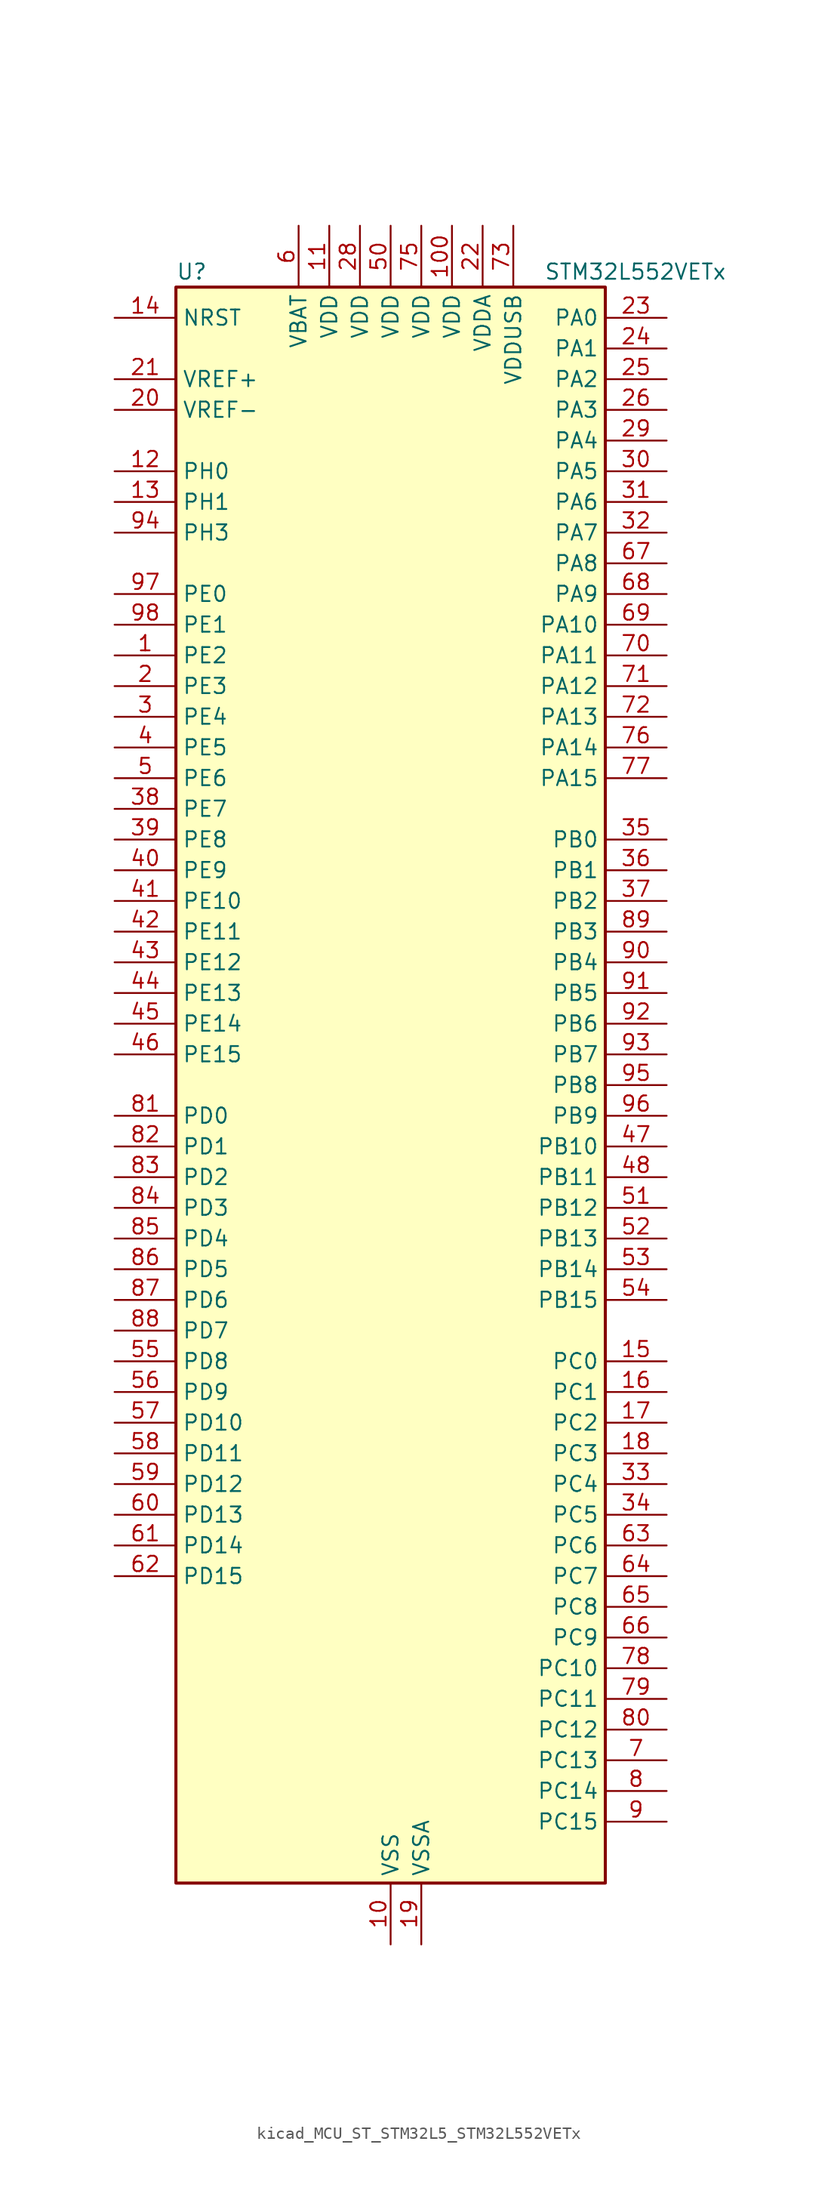
<source format=kicad_sym>
(kicad_symbol_lib
  (version 20220914)
  (generator kicad_symbol_editor)
  (symbol "kicad_MCU_ST_STM32L5_STM32L552VETx"
    (property "Reference" "U"
      (at -17.78 67.31 0)
      (effects (font (size 1.27 1.27)) (justify left)))
    (property "Value" "STM32L552VETx"
      (at 12.7 67.31 0)
      (effects (font (size 1.27 1.27)) (justify left)))
    (property "ki_locked" ""
      (at 0 0 0)
      (effects (font (size 1.27 1.27))))
    (symbol "kicad_MCU_ST_STM32L5_STM32L552VETx_0_1"
      (rectangle (start -17.78 -66.04) (end 17.78 66.04) (stroke (width 0.254) (type default)) (fill (type background))))
    (symbol "kicad_MCU_ST_STM32L5_STM32L552VETx_1_1"
      (pin bidirectional line (at -22.86 35.56 0) (length 5.08) (name "PE2" (effects (font (size 1.27 1.27)))) (number "1" (effects (font (size 1.27 1.27)))) (alternate "DEBUG_TRACECLK" bidirectional line) (alternate "FMC_A23" bidirectional line) (alternate "SAI1_CK1" bidirectional line) (alternate "SAI1_MCLK_A" bidirectional line) (alternate "TIM3_ETR" bidirectional line) (alternate "TSC_G7_IO1" bidirectional line))
      (pin power_in line (at 0 -71.12 90) (length 5.08) (name "VSS" (effects (font (size 1.27 1.27)))) (number "10" (effects (font (size 1.27 1.27)))))
      (pin power_in line (at 5.08 71.12 270) (length 5.08) (name "VDD" (effects (font (size 1.27 1.27)))) (number "100" (effects (font (size 1.27 1.27)))))
      (pin power_in line (at -5.08 71.12 270) (length 5.08) (name "VDD" (effects (font (size 1.27 1.27)))) (number "11" (effects (font (size 1.27 1.27)))))
      (pin bidirectional line (at -22.86 50.8 0) (length 5.08) (name "PH0" (effects (font (size 1.27 1.27)))) (number "12" (effects (font (size 1.27 1.27)))) (alternate "RCC_OSC_IN" bidirectional line))
      (pin bidirectional line (at -22.86 48.26 0) (length 5.08) (name "PH1" (effects (font (size 1.27 1.27)))) (number "13" (effects (font (size 1.27 1.27)))) (alternate "RCC_OSC_OUT" bidirectional line))
      (pin input line (at -22.86 63.5 0) (length 5.08) (name "NRST" (effects (font (size 1.27 1.27)))) (number "14" (effects (font (size 1.27 1.27)))))
      (pin bidirectional line (at 22.86 -22.86 180) (length 5.08) (name "PC0" (effects (font (size 1.27 1.27)))) (number "15" (effects (font (size 1.27 1.27)))) (alternate "ADC1_IN1" bidirectional line) (alternate "ADC2_IN1" bidirectional line) (alternate "I2C3_SCL" bidirectional line) (alternate "LPTIM1_IN1" bidirectional line) (alternate "LPTIM2_IN1" bidirectional line) (alternate "LPUART1_RX" bidirectional line) (alternate "OCTOSPI1_IO7" bidirectional line) (alternate "SAI2_FS_A" bidirectional line) (alternate "SDMMC1_D5" bidirectional line))
      (pin bidirectional line (at 22.86 -25.4 180) (length 5.08) (name "PC1" (effects (font (size 1.27 1.27)))) (number "16" (effects (font (size 1.27 1.27)))) (alternate "ADC1_IN2" bidirectional line) (alternate "ADC2_IN2" bidirectional line) (alternate "DEBUG_TRACED0" bidirectional line) (alternate "I2C3_SDA" bidirectional line) (alternate "LPTIM1_OUT" bidirectional line) (alternate "LPUART1_TX" bidirectional line) (alternate "OCTOSPI1_IO4" bidirectional line) (alternate "SAI1_SD_A" bidirectional line) (alternate "SPI2_MOSI" bidirectional line))
      (pin bidirectional line (at 22.86 -27.94 180) (length 5.08) (name "PC2" (effects (font (size 1.27 1.27)))) (number "17" (effects (font (size 1.27 1.27)))) (alternate "ADC1_IN3" bidirectional line) (alternate "ADC2_IN3" bidirectional line) (alternate "DFSDM1_CKOUT" bidirectional line) (alternate "LPTIM1_IN2" bidirectional line) (alternate "OCTOSPI1_IO5" bidirectional line) (alternate "SPI2_MISO" bidirectional line))
      (pin bidirectional line (at 22.86 -30.48 180) (length 5.08) (name "PC3" (effects (font (size 1.27 1.27)))) (number "18" (effects (font (size 1.27 1.27)))) (alternate "ADC1_IN4" bidirectional line) (alternate "ADC2_IN4" bidirectional line) (alternate "LPTIM1_ETR" bidirectional line) (alternate "LPTIM2_ETR" bidirectional line) (alternate "LPTIM3_OUT" bidirectional line) (alternate "OCTOSPI1_IO6" bidirectional line) (alternate "SAI1_D1" bidirectional line) (alternate "SAI1_SD_A" bidirectional line) (alternate "SPI2_MOSI" bidirectional line))
      (pin power_in line (at 2.54 -71.12 90) (length 5.08) (name "VSSA" (effects (font (size 1.27 1.27)))) (number "19" (effects (font (size 1.27 1.27)))))
      (pin bidirectional line (at -22.86 33.02 0) (length 5.08) (name "PE3" (effects (font (size 1.27 1.27)))) (number "2" (effects (font (size 1.27 1.27)))) (alternate "DEBUG_TRACED0" bidirectional line) (alternate "FMC_A19" bidirectional line) (alternate "OCTOSPI1_DQS" bidirectional line) (alternate "SAI1_SD_B" bidirectional line) (alternate "TIM3_CH1" bidirectional line) (alternate "TSC_G7_IO2" bidirectional line))
      (pin input line (at -22.86 55.88 0) (length 5.08) (name "VREF-" (effects (font (size 1.27 1.27)))) (number "20" (effects (font (size 1.27 1.27)))))
      (pin input line (at -22.86 58.42 0) (length 5.08) (name "VREF+" (effects (font (size 1.27 1.27)))) (number "21" (effects (font (size 1.27 1.27)))))
      (pin power_in line (at 7.62 71.12 270) (length 5.08) (name "VDDA" (effects (font (size 1.27 1.27)))) (number "22" (effects (font (size 1.27 1.27)))))
      (pin bidirectional line (at 22.86 63.5 180) (length 5.08) (name "PA0" (effects (font (size 1.27 1.27)))) (number "23" (effects (font (size 1.27 1.27)))) (alternate "ADC1_IN5" bidirectional line) (alternate "ADC2_IN5" bidirectional line) (alternate "OPAMP1_VINP" bidirectional line) (alternate "PWR_WKUP1" bidirectional line) (alternate "SAI1_EXTCLK" bidirectional line) (alternate "TAMP_IN2" bidirectional line) (alternate "TAMP_OUT1" bidirectional line) (alternate "TIM2_CH1" bidirectional line) (alternate "TIM2_ETR" bidirectional line) (alternate "TIM5_CH1" bidirectional line) (alternate "TIM8_ETR" bidirectional line) (alternate "UART4_TX" bidirectional line) (alternate "USART2_CTS" bidirectional line) (alternate "USART2_NSS" bidirectional line))
      (pin bidirectional line (at 22.86 60.96 180) (length 5.08) (name "PA1" (effects (font (size 1.27 1.27)))) (number "24" (effects (font (size 1.27 1.27)))) (alternate "ADC1_IN6" bidirectional line) (alternate "ADC2_IN6" bidirectional line) (alternate "I2C1_SMBA" bidirectional line) (alternate "OCTOSPI1_DQS" bidirectional line) (alternate "OPAMP1_VINM" bidirectional line) (alternate "SPI1_SCK" bidirectional line) (alternate "TAMP_IN5" bidirectional line) (alternate "TAMP_OUT4" bidirectional line) (alternate "TIM15_CH1N" bidirectional line) (alternate "TIM2_CH2" bidirectional line) (alternate "TIM5_CH2" bidirectional line) (alternate "UART4_RX" bidirectional line) (alternate "USART2_DE" bidirectional line) (alternate "USART2_RTS" bidirectional line))
      (pin bidirectional line (at 22.86 58.42 180) (length 5.08) (name "PA2" (effects (font (size 1.27 1.27)))) (number "25" (effects (font (size 1.27 1.27)))) (alternate "ADC1_IN7" bidirectional line) (alternate "ADC2_IN7" bidirectional line) (alternate "COMP1_INP" bidirectional line) (alternate "LPUART1_TX" bidirectional line) (alternate "OCTOSPI1_NCS" bidirectional line) (alternate "PWR_WKUP4" bidirectional line) (alternate "RCC_LSCO" bidirectional line) (alternate "SAI2_EXTCLK" bidirectional line) (alternate "TIM15_CH1" bidirectional line) (alternate "TIM2_CH3" bidirectional line) (alternate "TIM5_CH3" bidirectional line) (alternate "UCPD1_FRSTX1" bidirectional line) (alternate "USART2_TX" bidirectional line))
      (pin bidirectional line (at 22.86 55.88 180) (length 5.08) (name "PA3" (effects (font (size 1.27 1.27)))) (number "26" (effects (font (size 1.27 1.27)))) (alternate "ADC1_IN8" bidirectional line) (alternate "ADC2_IN8" bidirectional line) (alternate "LPUART1_RX" bidirectional line) (alternate "OCTOSPI1_CLK" bidirectional line) (alternate "OPAMP1_VOUT" bidirectional line) (alternate "SAI1_CK1" bidirectional line) (alternate "SAI1_MCLK_A" bidirectional line) (alternate "TIM15_CH2" bidirectional line) (alternate "TIM2_CH4" bidirectional line) (alternate "TIM5_CH4" bidirectional line) (alternate "USART2_RX" bidirectional line))
      (pin passive line (at 0 -71.12 90) (length 5.08) hide (name "VSS" (effects (font (size 1.27 1.27)))) (number "27" (effects (font (size 1.27 1.27)))))
      (pin power_in line (at -2.54 71.12 270) (length 5.08) (name "VDD" (effects (font (size 1.27 1.27)))) (number "28" (effects (font (size 1.27 1.27)))))
      (pin bidirectional line (at 22.86 53.34 180) (length 5.08) (name "PA4" (effects (font (size 1.27 1.27)))) (number "29" (effects (font (size 1.27 1.27)))) (alternate "ADC1_IN9" bidirectional line) (alternate "ADC2_IN9" bidirectional line) (alternate "DAC1_OUT1" bidirectional line) (alternate "LPTIM2_OUT" bidirectional line) (alternate "OCTOSPI1_NCS" bidirectional line) (alternate "SAI1_FS_B" bidirectional line) (alternate "SPI1_NSS" bidirectional line) (alternate "SPI3_NSS" bidirectional line) (alternate "USART2_CK" bidirectional line))
      (pin bidirectional line (at -22.86 30.48 0) (length 5.08) (name "PE4" (effects (font (size 1.27 1.27)))) (number "3" (effects (font (size 1.27 1.27)))) (alternate "DEBUG_TRACED1" bidirectional line) (alternate "DFSDM1_DATIN3" bidirectional line) (alternate "FMC_A20" bidirectional line) (alternate "SAI1_D2" bidirectional line) (alternate "SAI1_FS_A" bidirectional line) (alternate "TIM3_CH2" bidirectional line) (alternate "TSC_G7_IO3" bidirectional line))
      (pin bidirectional line (at 22.86 50.8 180) (length 5.08) (name "PA5" (effects (font (size 1.27 1.27)))) (number "30" (effects (font (size 1.27 1.27)))) (alternate "ADC1_IN10" bidirectional line) (alternate "ADC2_IN10" bidirectional line) (alternate "DAC1_OUT2" bidirectional line) (alternate "LPTIM2_ETR" bidirectional line) (alternate "SPI1_SCK" bidirectional line) (alternate "TIM2_CH1" bidirectional line) (alternate "TIM2_ETR" bidirectional line) (alternate "TIM8_CH1N" bidirectional line))
      (pin bidirectional line (at 22.86 48.26 180) (length 5.08) (name "PA6" (effects (font (size 1.27 1.27)))) (number "31" (effects (font (size 1.27 1.27)))) (alternate "ADC1_IN11" bidirectional line) (alternate "ADC2_IN11" bidirectional line) (alternate "LPUART1_CTS" bidirectional line) (alternate "OCTOSPI1_IO3" bidirectional line) (alternate "OPAMP2_VINP" bidirectional line) (alternate "SPI1_MISO" bidirectional line) (alternate "TIM16_CH1" bidirectional line) (alternate "TIM1_BKIN" bidirectional line) (alternate "TIM3_CH1" bidirectional line) (alternate "TIM8_BKIN" bidirectional line) (alternate "USART3_CTS" bidirectional line) (alternate "USART3_NSS" bidirectional line))
      (pin bidirectional line (at 22.86 45.72 180) (length 5.08) (name "PA7" (effects (font (size 1.27 1.27)))) (number "32" (effects (font (size 1.27 1.27)))) (alternate "ADC1_IN12" bidirectional line) (alternate "ADC2_IN12" bidirectional line) (alternate "I2C3_SCL" bidirectional line) (alternate "OCTOSPI1_IO2" bidirectional line) (alternate "OPAMP2_VINM" bidirectional line) (alternate "SPI1_MOSI" bidirectional line) (alternate "TIM17_CH1" bidirectional line) (alternate "TIM1_CH1N" bidirectional line) (alternate "TIM3_CH2" bidirectional line) (alternate "TIM8_CH1N" bidirectional line))
      (pin bidirectional line (at 22.86 -33.02 180) (length 5.08) (name "PC4" (effects (font (size 1.27 1.27)))) (number "33" (effects (font (size 1.27 1.27)))) (alternate "ADC1_IN13" bidirectional line) (alternate "ADC2_IN13" bidirectional line) (alternate "COMP1_INM" bidirectional line) (alternate "OCTOSPI1_IO7" bidirectional line) (alternate "USART3_TX" bidirectional line))
      (pin bidirectional line (at 22.86 -35.56 180) (length 5.08) (name "PC5" (effects (font (size 1.27 1.27)))) (number "34" (effects (font (size 1.27 1.27)))) (alternate "ADC1_IN14" bidirectional line) (alternate "ADC2_IN14" bidirectional line) (alternate "COMP1_INP" bidirectional line) (alternate "PWR_WKUP5" bidirectional line) (alternate "SAI1_D3" bidirectional line) (alternate "TAMP_IN4" bidirectional line) (alternate "TAMP_OUT5" bidirectional line) (alternate "USART3_RX" bidirectional line))
      (pin bidirectional line (at 22.86 20.32 180) (length 5.08) (name "PB0" (effects (font (size 1.27 1.27)))) (number "35" (effects (font (size 1.27 1.27)))) (alternate "ADC1_IN15" bidirectional line) (alternate "ADC2_IN15" bidirectional line) (alternate "COMP1_OUT" bidirectional line) (alternate "OCTOSPI1_IO1" bidirectional line) (alternate "OPAMP2_VOUT" bidirectional line) (alternate "SAI1_EXTCLK" bidirectional line) (alternate "SPI1_NSS" bidirectional line) (alternate "TIM1_CH2N" bidirectional line) (alternate "TIM3_CH3" bidirectional line) (alternate "TIM8_CH2N" bidirectional line) (alternate "USART3_CK" bidirectional line))
      (pin bidirectional line (at 22.86 17.78 180) (length 5.08) (name "PB1" (effects (font (size 1.27 1.27)))) (number "36" (effects (font (size 1.27 1.27)))) (alternate "ADC1_IN16" bidirectional line) (alternate "ADC2_IN16" bidirectional line) (alternate "COMP1_INM" bidirectional line) (alternate "DFSDM1_DATIN0" bidirectional line) (alternate "LPTIM2_IN1" bidirectional line) (alternate "LPUART1_DE" bidirectional line) (alternate "LPUART1_RTS" bidirectional line) (alternate "OCTOSPI1_IO0" bidirectional line) (alternate "TIM1_CH3N" bidirectional line) (alternate "TIM3_CH4" bidirectional line) (alternate "TIM8_CH3N" bidirectional line) (alternate "USART3_DE" bidirectional line) (alternate "USART3_RTS" bidirectional line))
      (pin bidirectional line (at 22.86 15.24 180) (length 5.08) (name "PB2" (effects (font (size 1.27 1.27)))) (number "37" (effects (font (size 1.27 1.27)))) (alternate "COMP1_INP" bidirectional line) (alternate "DFSDM1_CKIN0" bidirectional line) (alternate "I2C3_SMBA" bidirectional line) (alternate "LPTIM1_OUT" bidirectional line) (alternate "OCTOSPI1_DQS" bidirectional line) (alternate "RTC_OUT2" bidirectional line) (alternate "UCPD1_FRSTX1" bidirectional line))
      (pin bidirectional line (at -22.86 22.86 0) (length 5.08) (name "PE7" (effects (font (size 1.27 1.27)))) (number "38" (effects (font (size 1.27 1.27)))) (alternate "DFSDM1_DATIN2" bidirectional line) (alternate "FMC_D4" bidirectional line) (alternate "FMC_DA4" bidirectional line) (alternate "SAI1_SD_B" bidirectional line) (alternate "TIM1_ETR" bidirectional line))
      (pin bidirectional line (at -22.86 20.32 0) (length 5.08) (name "PE8" (effects (font (size 1.27 1.27)))) (number "39" (effects (font (size 1.27 1.27)))) (alternate "DFSDM1_CKIN2" bidirectional line) (alternate "FMC_D5" bidirectional line) (alternate "FMC_DA5" bidirectional line) (alternate "SAI1_SCK_B" bidirectional line) (alternate "TIM1_CH1N" bidirectional line))
      (pin bidirectional line (at -22.86 27.94 0) (length 5.08) (name "PE5" (effects (font (size 1.27 1.27)))) (number "4" (effects (font (size 1.27 1.27)))) (alternate "DEBUG_TRACED2" bidirectional line) (alternate "DFSDM1_CKIN3" bidirectional line) (alternate "FMC_A21" bidirectional line) (alternate "SAI1_CK2" bidirectional line) (alternate "SAI1_SCK_A" bidirectional line) (alternate "TIM3_CH3" bidirectional line) (alternate "TSC_G7_IO4" bidirectional line))
      (pin bidirectional line (at -22.86 17.78 0) (length 5.08) (name "PE9" (effects (font (size 1.27 1.27)))) (number "40" (effects (font (size 1.27 1.27)))) (alternate "DAC1_EXTI9" bidirectional line) (alternate "DFSDM1_CKOUT" bidirectional line) (alternate "FMC_D6" bidirectional line) (alternate "FMC_DA6" bidirectional line) (alternate "OCTOSPI1_NCLK" bidirectional line) (alternate "SAI1_FS_B" bidirectional line) (alternate "TIM1_CH1" bidirectional line))
      (pin bidirectional line (at -22.86 15.24 0) (length 5.08) (name "PE10" (effects (font (size 1.27 1.27)))) (number "41" (effects (font (size 1.27 1.27)))) (alternate "FMC_D7" bidirectional line) (alternate "FMC_DA7" bidirectional line) (alternate "OCTOSPI1_CLK" bidirectional line) (alternate "SAI1_MCLK_B" bidirectional line) (alternate "TIM1_CH2N" bidirectional line) (alternate "TSC_G5_IO1" bidirectional line))
      (pin bidirectional line (at -22.86 12.7 0) (length 5.08) (name "PE11" (effects (font (size 1.27 1.27)))) (number "42" (effects (font (size 1.27 1.27)))) (alternate "ADC1_EXTI11" bidirectional line) (alternate "ADC2_EXTI11" bidirectional line) (alternate "FMC_D8" bidirectional line) (alternate "FMC_DA8" bidirectional line) (alternate "OCTOSPI1_NCS" bidirectional line) (alternate "TIM1_CH2" bidirectional line) (alternate "TSC_G5_IO2" bidirectional line))
      (pin bidirectional line (at -22.86 10.16 0) (length 5.08) (name "PE12" (effects (font (size 1.27 1.27)))) (number "43" (effects (font (size 1.27 1.27)))) (alternate "FMC_D9" bidirectional line) (alternate "FMC_DA9" bidirectional line) (alternate "OCTOSPI1_IO0" bidirectional line) (alternate "SPI1_NSS" bidirectional line) (alternate "TIM1_CH3N" bidirectional line) (alternate "TSC_G5_IO3" bidirectional line))
      (pin bidirectional line (at -22.86 7.62 0) (length 5.08) (name "PE13" (effects (font (size 1.27 1.27)))) (number "44" (effects (font (size 1.27 1.27)))) (alternate "FMC_D10" bidirectional line) (alternate "FMC_DA10" bidirectional line) (alternate "OCTOSPI1_IO1" bidirectional line) (alternate "SPI1_SCK" bidirectional line) (alternate "TIM1_CH3" bidirectional line) (alternate "TSC_G5_IO4" bidirectional line))
      (pin bidirectional line (at -22.86 5.08 0) (length 5.08) (name "PE14" (effects (font (size 1.27 1.27)))) (number "45" (effects (font (size 1.27 1.27)))) (alternate "FMC_D11" bidirectional line) (alternate "FMC_DA11" bidirectional line) (alternate "OCTOSPI1_IO2" bidirectional line) (alternate "SPI1_MISO" bidirectional line) (alternate "TIM1_BKIN2" bidirectional line) (alternate "TIM1_CH4" bidirectional line))
      (pin bidirectional line (at -22.86 2.54 0) (length 5.08) (name "PE15" (effects (font (size 1.27 1.27)))) (number "46" (effects (font (size 1.27 1.27)))) (alternate "ADC1_EXTI15" bidirectional line) (alternate "ADC2_EXTI15" bidirectional line) (alternate "FMC_D12" bidirectional line) (alternate "FMC_DA12" bidirectional line) (alternate "OCTOSPI1_IO3" bidirectional line) (alternate "SPI1_MOSI" bidirectional line) (alternate "TIM1_BKIN" bidirectional line))
      (pin bidirectional line (at 22.86 -5.08 180) (length 5.08) (name "PB10" (effects (font (size 1.27 1.27)))) (number "47" (effects (font (size 1.27 1.27)))) (alternate "COMP1_OUT" bidirectional line) (alternate "I2C2_SCL" bidirectional line) (alternate "I2C4_SCL" bidirectional line) (alternate "LPTIM3_OUT" bidirectional line) (alternate "LPUART1_RX" bidirectional line) (alternate "OCTOSPI1_CLK" bidirectional line) (alternate "SAI1_SCK_A" bidirectional line) (alternate "SPI2_SCK" bidirectional line) (alternate "TIM2_CH3" bidirectional line) (alternate "TSC_SYNC" bidirectional line) (alternate "USART3_TX" bidirectional line))
      (pin bidirectional line (at 22.86 -7.62 180) (length 5.08) (name "PB11" (effects (font (size 1.27 1.27)))) (number "48" (effects (font (size 1.27 1.27)))) (alternate "ADC1_EXTI11" bidirectional line) (alternate "ADC2_EXTI11" bidirectional line) (alternate "COMP2_OUT" bidirectional line) (alternate "I2C2_SDA" bidirectional line) (alternate "I2C4_SDA" bidirectional line) (alternate "LPUART1_TX" bidirectional line) (alternate "OCTOSPI1_NCS" bidirectional line) (alternate "TIM2_CH4" bidirectional line) (alternate "USART3_RX" bidirectional line))
      (pin passive line (at 0 -71.12 90) (length 5.08) hide (name "VSS" (effects (font (size 1.27 1.27)))) (number "49" (effects (font (size 1.27 1.27)))))
      (pin bidirectional line (at -22.86 25.4 0) (length 5.08) (name "PE6" (effects (font (size 1.27 1.27)))) (number "5" (effects (font (size 1.27 1.27)))) (alternate "DEBUG_TRACED3" bidirectional line) (alternate "FMC_A22" bidirectional line) (alternate "PWR_WKUP3" bidirectional line) (alternate "SAI1_D1" bidirectional line) (alternate "SAI1_SD_A" bidirectional line) (alternate "TAMP_IN3" bidirectional line) (alternate "TAMP_OUT6" bidirectional line) (alternate "TIM3_CH4" bidirectional line))
      (pin power_in line (at 0 71.12 270) (length 5.08) (name "VDD" (effects (font (size 1.27 1.27)))) (number "50" (effects (font (size 1.27 1.27)))))
      (pin bidirectional line (at 22.86 -10.16 180) (length 5.08) (name "PB12" (effects (font (size 1.27 1.27)))) (number "51" (effects (font (size 1.27 1.27)))) (alternate "DFSDM1_DATIN1" bidirectional line) (alternate "I2C2_SMBA" bidirectional line) (alternate "LPUART1_DE" bidirectional line) (alternate "LPUART1_RTS" bidirectional line) (alternate "OCTOSPI1_NCLK" bidirectional line) (alternate "SAI2_FS_A" bidirectional line) (alternate "SPI2_NSS" bidirectional line) (alternate "TIM15_BKIN" bidirectional line) (alternate "TIM1_BKIN" bidirectional line) (alternate "TSC_G1_IO1" bidirectional line) (alternate "USART3_CK" bidirectional line))
      (pin bidirectional line (at 22.86 -12.7 180) (length 5.08) (name "PB13" (effects (font (size 1.27 1.27)))) (number "52" (effects (font (size 1.27 1.27)))) (alternate "DFSDM1_CKIN1" bidirectional line) (alternate "I2C2_SCL" bidirectional line) (alternate "LPTIM3_IN1" bidirectional line) (alternate "LPUART1_CTS" bidirectional line) (alternate "SAI2_SCK_A" bidirectional line) (alternate "SPI2_SCK" bidirectional line) (alternate "TIM15_CH1N" bidirectional line) (alternate "TIM1_CH1N" bidirectional line) (alternate "TSC_G1_IO2" bidirectional line) (alternate "UCPD1_FRSTX2" bidirectional line) (alternate "USART3_CTS" bidirectional line) (alternate "USART3_NSS" bidirectional line))
      (pin bidirectional line (at 22.86 -15.24 180) (length 5.08) (name "PB14" (effects (font (size 1.27 1.27)))) (number "53" (effects (font (size 1.27 1.27)))) (alternate "DFSDM1_DATIN2" bidirectional line) (alternate "I2C2_SDA" bidirectional line) (alternate "LPTIM3_ETR" bidirectional line) (alternate "SAI2_MCLK_A" bidirectional line) (alternate "SPI2_MISO" bidirectional line) (alternate "TIM15_CH1" bidirectional line) (alternate "TIM1_CH2N" bidirectional line) (alternate "TIM8_CH2N" bidirectional line) (alternate "TSC_G1_IO3" bidirectional line) (alternate "UCPD1_DBCC2" bidirectional line) (alternate "USART3_DE" bidirectional line) (alternate "USART3_RTS" bidirectional line))
      (pin bidirectional line (at 22.86 -17.78 180) (length 5.08) (name "PB15" (effects (font (size 1.27 1.27)))) (number "54" (effects (font (size 1.27 1.27)))) (alternate "ADC1_EXTI15" bidirectional line) (alternate "ADC2_EXTI15" bidirectional line) (alternate "DFSDM1_CKIN2" bidirectional line) (alternate "RTC_REFIN" bidirectional line) (alternate "SAI2_SD_A" bidirectional line) (alternate "SPI2_MOSI" bidirectional line) (alternate "TIM15_CH2" bidirectional line) (alternate "TIM1_CH3N" bidirectional line) (alternate "TIM8_CH3N" bidirectional line) (alternate "UCPD1_CC2" bidirectional line))
      (pin bidirectional line (at -22.86 -22.86 0) (length 5.08) (name "PD8" (effects (font (size 1.27 1.27)))) (number "55" (effects (font (size 1.27 1.27)))) (alternate "FMC_D13" bidirectional line) (alternate "FMC_DA13" bidirectional line) (alternate "USART3_TX" bidirectional line))
      (pin bidirectional line (at -22.86 -25.4 0) (length 5.08) (name "PD9" (effects (font (size 1.27 1.27)))) (number "56" (effects (font (size 1.27 1.27)))) (alternate "DAC1_EXTI9" bidirectional line) (alternate "FMC_D14" bidirectional line) (alternate "FMC_DA14" bidirectional line) (alternate "SAI2_MCLK_A" bidirectional line) (alternate "USART3_RX" bidirectional line))
      (pin bidirectional line (at -22.86 -27.94 0) (length 5.08) (name "PD10" (effects (font (size 1.27 1.27)))) (number "57" (effects (font (size 1.27 1.27)))) (alternate "FMC_D15" bidirectional line) (alternate "FMC_DA15" bidirectional line) (alternate "SAI2_SCK_A" bidirectional line) (alternate "TSC_G6_IO1" bidirectional line) (alternate "USART3_CK" bidirectional line))
      (pin bidirectional line (at -22.86 -30.48 0) (length 5.08) (name "PD11" (effects (font (size 1.27 1.27)))) (number "58" (effects (font (size 1.27 1.27)))) (alternate "ADC1_EXTI11" bidirectional line) (alternate "ADC2_EXTI11" bidirectional line) (alternate "FMC_A16" bidirectional line) (alternate "FMC_CLE" bidirectional line) (alternate "I2C4_SMBA" bidirectional line) (alternate "LPTIM2_ETR" bidirectional line) (alternate "SAI2_SD_A" bidirectional line) (alternate "TSC_G6_IO2" bidirectional line) (alternate "USART3_CTS" bidirectional line) (alternate "USART3_NSS" bidirectional line))
      (pin bidirectional line (at -22.86 -33.02 0) (length 5.08) (name "PD12" (effects (font (size 1.27 1.27)))) (number "59" (effects (font (size 1.27 1.27)))) (alternate "FMC_A17" bidirectional line) (alternate "FMC_ALE" bidirectional line) (alternate "I2C4_SCL" bidirectional line) (alternate "LPTIM2_IN1" bidirectional line) (alternate "SAI2_FS_A" bidirectional line) (alternate "TIM4_CH1" bidirectional line) (alternate "TSC_G6_IO3" bidirectional line) (alternate "USART3_DE" bidirectional line) (alternate "USART3_RTS" bidirectional line))
      (pin power_in line (at -7.62 71.12 270) (length 5.08) (name "VBAT" (effects (font (size 1.27 1.27)))) (number "6" (effects (font (size 1.27 1.27)))))
      (pin bidirectional line (at -22.86 -35.56 0) (length 5.08) (name "PD13" (effects (font (size 1.27 1.27)))) (number "60" (effects (font (size 1.27 1.27)))) (alternate "FMC_A18" bidirectional line) (alternate "I2C4_SDA" bidirectional line) (alternate "LPTIM2_OUT" bidirectional line) (alternate "TIM4_CH2" bidirectional line) (alternate "TSC_G6_IO4" bidirectional line))
      (pin bidirectional line (at -22.86 -38.1 0) (length 5.08) (name "PD14" (effects (font (size 1.27 1.27)))) (number "61" (effects (font (size 1.27 1.27)))) (alternate "FMC_D0" bidirectional line) (alternate "FMC_DA0" bidirectional line) (alternate "TIM4_CH3" bidirectional line))
      (pin bidirectional line (at -22.86 -40.64 0) (length 5.08) (name "PD15" (effects (font (size 1.27 1.27)))) (number "62" (effects (font (size 1.27 1.27)))) (alternate "ADC1_EXTI15" bidirectional line) (alternate "ADC2_EXTI15" bidirectional line) (alternate "FMC_D1" bidirectional line) (alternate "FMC_DA1" bidirectional line) (alternate "TIM4_CH4" bidirectional line))
      (pin bidirectional line (at 22.86 -38.1 180) (length 5.08) (name "PC6" (effects (font (size 1.27 1.27)))) (number "63" (effects (font (size 1.27 1.27)))) (alternate "DFSDM1_CKIN3" bidirectional line) (alternate "SAI2_MCLK_A" bidirectional line) (alternate "SDMMC1_D0DIR" bidirectional line) (alternate "SDMMC1_D6" bidirectional line) (alternate "TIM3_CH1" bidirectional line) (alternate "TIM8_CH1" bidirectional line) (alternate "TSC_G4_IO1" bidirectional line))
      (pin bidirectional line (at 22.86 -40.64 180) (length 5.08) (name "PC7" (effects (font (size 1.27 1.27)))) (number "64" (effects (font (size 1.27 1.27)))) (alternate "DFSDM1_DATIN3" bidirectional line) (alternate "SAI2_MCLK_B" bidirectional line) (alternate "SDMMC1_D123DIR" bidirectional line) (alternate "SDMMC1_D7" bidirectional line) (alternate "TIM3_CH2" bidirectional line) (alternate "TIM8_CH2" bidirectional line) (alternate "TSC_G4_IO2" bidirectional line))
      (pin bidirectional line (at 22.86 -43.18 180) (length 5.08) (name "PC8" (effects (font (size 1.27 1.27)))) (number "65" (effects (font (size 1.27 1.27)))) (alternate "SDMMC1_D0" bidirectional line) (alternate "TIM3_CH3" bidirectional line) (alternate "TIM8_CH3" bidirectional line) (alternate "TSC_G4_IO3" bidirectional line))
      (pin bidirectional line (at 22.86 -45.72 180) (length 5.08) (name "PC9" (effects (font (size 1.27 1.27)))) (number "66" (effects (font (size 1.27 1.27)))) (alternate "DAC1_EXTI9" bidirectional line) (alternate "DEBUG_TRACED0" bidirectional line) (alternate "SAI2_EXTCLK" bidirectional line) (alternate "SDMMC1_D1" bidirectional line) (alternate "TIM3_CH4" bidirectional line) (alternate "TIM8_BKIN2" bidirectional line) (alternate "TIM8_CH4" bidirectional line) (alternate "TSC_G4_IO4" bidirectional line) (alternate "USB_NOE" bidirectional line))
      (pin bidirectional line (at 22.86 43.18 180) (length 5.08) (name "PA8" (effects (font (size 1.27 1.27)))) (number "67" (effects (font (size 1.27 1.27)))) (alternate "LPTIM2_OUT" bidirectional line) (alternate "RCC_MCO" bidirectional line) (alternate "SAI1_CK2" bidirectional line) (alternate "SAI1_SCK_A" bidirectional line) (alternate "TIM1_CH1" bidirectional line) (alternate "USART1_CK" bidirectional line))
      (pin bidirectional line (at 22.86 40.64 180) (length 5.08) (name "PA9" (effects (font (size 1.27 1.27)))) (number "68" (effects (font (size 1.27 1.27)))) (alternate "DAC1_EXTI9" bidirectional line) (alternate "SAI1_FS_A" bidirectional line) (alternate "SPI2_SCK" bidirectional line) (alternate "TIM15_BKIN" bidirectional line) (alternate "TIM1_CH2" bidirectional line) (alternate "USART1_TX" bidirectional line))
      (pin bidirectional line (at 22.86 38.1 180) (length 5.08) (name "PA10" (effects (font (size 1.27 1.27)))) (number "69" (effects (font (size 1.27 1.27)))) (alternate "CRS_SYNC" bidirectional line) (alternate "SAI1_D1" bidirectional line) (alternate "SAI1_SD_A" bidirectional line) (alternate "TIM17_BKIN" bidirectional line) (alternate "TIM1_CH3" bidirectional line) (alternate "USART1_RX" bidirectional line))
      (pin bidirectional line (at 22.86 -55.88 180) (length 5.08) (name "PC13" (effects (font (size 1.27 1.27)))) (number "7" (effects (font (size 1.27 1.27)))) (alternate "PWR_WKUP2" bidirectional line) (alternate "RTC_OUT1" bidirectional line) (alternate "RTC_TS" bidirectional line) (alternate "TAMP_IN1" bidirectional line) (alternate "TAMP_OUT2" bidirectional line))
      (pin bidirectional line (at 22.86 35.56 180) (length 5.08) (name "PA11" (effects (font (size 1.27 1.27)))) (number "70" (effects (font (size 1.27 1.27)))) (alternate "ADC1_EXTI11" bidirectional line) (alternate "ADC2_EXTI11" bidirectional line) (alternate "FDCAN1_RX" bidirectional line) (alternate "SPI1_MISO" bidirectional line) (alternate "TIM1_BKIN2" bidirectional line) (alternate "TIM1_CH4" bidirectional line) (alternate "USART1_CTS" bidirectional line) (alternate "USART1_NSS" bidirectional line) (alternate "USB_DM" bidirectional line))
      (pin bidirectional line (at 22.86 33.02 180) (length 5.08) (name "PA12" (effects (font (size 1.27 1.27)))) (number "71" (effects (font (size 1.27 1.27)))) (alternate "FDCAN1_TX" bidirectional line) (alternate "SPI1_MOSI" bidirectional line) (alternate "TIM1_ETR" bidirectional line) (alternate "USART1_DE" bidirectional line) (alternate "USART1_RTS" bidirectional line) (alternate "USB_DP" bidirectional line))
      (pin bidirectional line (at 22.86 30.48 180) (length 5.08) (name "PA13" (effects (font (size 1.27 1.27)))) (number "72" (effects (font (size 1.27 1.27)))) (alternate "DEBUG_JTMS-SWDIO" bidirectional line) (alternate "IR_OUT" bidirectional line) (alternate "SAI1_SD_B" bidirectional line) (alternate "USB_NOE" bidirectional line))
      (pin power_in line (at 10.16 71.12 270) (length 5.08) (name "VDDUSB" (effects (font (size 1.27 1.27)))) (number "73" (effects (font (size 1.27 1.27)))))
      (pin passive line (at 0 -71.12 90) (length 5.08) hide (name "VSS" (effects (font (size 1.27 1.27)))) (number "74" (effects (font (size 1.27 1.27)))))
      (pin power_in line (at 2.54 71.12 270) (length 5.08) (name "VDD" (effects (font (size 1.27 1.27)))) (number "75" (effects (font (size 1.27 1.27)))))
      (pin bidirectional line (at 22.86 27.94 180) (length 5.08) (name "PA14" (effects (font (size 1.27 1.27)))) (number "76" (effects (font (size 1.27 1.27)))) (alternate "DEBUG_JTCK-SWCLK" bidirectional line) (alternate "I2C1_SMBA" bidirectional line) (alternate "I2C4_SMBA" bidirectional line) (alternate "LPTIM1_OUT" bidirectional line) (alternate "SAI1_FS_B" bidirectional line))
      (pin bidirectional line (at 22.86 25.4 180) (length 5.08) (name "PA15" (effects (font (size 1.27 1.27)))) (number "77" (effects (font (size 1.27 1.27)))) (alternate "ADC1_EXTI15" bidirectional line) (alternate "ADC2_EXTI15" bidirectional line) (alternate "DEBUG_JTDI" bidirectional line) (alternate "SAI2_FS_B" bidirectional line) (alternate "SPI1_NSS" bidirectional line) (alternate "SPI3_NSS" bidirectional line) (alternate "TIM2_CH1" bidirectional line) (alternate "TIM2_ETR" bidirectional line) (alternate "UART4_DE" bidirectional line) (alternate "UART4_RTS" bidirectional line) (alternate "UCPD1_CC1" bidirectional line) (alternate "USART2_RX" bidirectional line) (alternate "USART3_DE" bidirectional line) (alternate "USART3_RTS" bidirectional line))
      (pin bidirectional line (at 22.86 -48.26 180) (length 5.08) (name "PC10" (effects (font (size 1.27 1.27)))) (number "78" (effects (font (size 1.27 1.27)))) (alternate "DEBUG_TRACED1" bidirectional line) (alternate "LPTIM3_ETR" bidirectional line) (alternate "SAI2_SCK_B" bidirectional line) (alternate "SDMMC1_D2" bidirectional line) (alternate "SPI3_SCK" bidirectional line) (alternate "TSC_G3_IO2" bidirectional line) (alternate "UART4_TX" bidirectional line) (alternate "USART3_TX" bidirectional line))
      (pin bidirectional line (at 22.86 -50.8 180) (length 5.08) (name "PC11" (effects (font (size 1.27 1.27)))) (number "79" (effects (font (size 1.27 1.27)))) (alternate "ADC1_EXTI11" bidirectional line) (alternate "ADC2_EXTI11" bidirectional line) (alternate "LPTIM3_IN1" bidirectional line) (alternate "OCTOSPI1_NCS" bidirectional line) (alternate "SAI2_MCLK_B" bidirectional line) (alternate "SDMMC1_D3" bidirectional line) (alternate "SPI3_MISO" bidirectional line) (alternate "TSC_G3_IO3" bidirectional line) (alternate "UART4_RX" bidirectional line) (alternate "UCPD1_FRSTX2" bidirectional line) (alternate "USART3_RX" bidirectional line))
      (pin bidirectional line (at 22.86 -58.42 180) (length 5.08) (name "PC14" (effects (font (size 1.27 1.27)))) (number "8" (effects (font (size 1.27 1.27)))) (alternate "RCC_OSC32_IN" bidirectional line))
      (pin bidirectional line (at 22.86 -53.34 180) (length 5.08) (name "PC12" (effects (font (size 1.27 1.27)))) (number "80" (effects (font (size 1.27 1.27)))) (alternate "DEBUG_TRACED3" bidirectional line) (alternate "SAI2_SD_B" bidirectional line) (alternate "SDMMC1_CK" bidirectional line) (alternate "SPI3_MOSI" bidirectional line) (alternate "TSC_G3_IO4" bidirectional line) (alternate "UART5_TX" bidirectional line) (alternate "USART3_CK" bidirectional line))
      (pin bidirectional line (at -22.86 -2.54 0) (length 5.08) (name "PD0" (effects (font (size 1.27 1.27)))) (number "81" (effects (font (size 1.27 1.27)))) (alternate "FDCAN1_RX" bidirectional line) (alternate "FMC_D2" bidirectional line) (alternate "FMC_DA2" bidirectional line) (alternate "SPI2_NSS" bidirectional line))
      (pin bidirectional line (at -22.86 -5.08 0) (length 5.08) (name "PD1" (effects (font (size 1.27 1.27)))) (number "82" (effects (font (size 1.27 1.27)))) (alternate "FDCAN1_TX" bidirectional line) (alternate "FMC_D3" bidirectional line) (alternate "FMC_DA3" bidirectional line) (alternate "SPI2_SCK" bidirectional line))
      (pin bidirectional line (at -22.86 -7.62 0) (length 5.08) (name "PD2" (effects (font (size 1.27 1.27)))) (number "83" (effects (font (size 1.27 1.27)))) (alternate "DEBUG_TRACED2" bidirectional line) (alternate "SDMMC1_CMD" bidirectional line) (alternate "TIM3_ETR" bidirectional line) (alternate "TSC_SYNC" bidirectional line) (alternate "UART5_RX" bidirectional line) (alternate "USART3_DE" bidirectional line) (alternate "USART3_RTS" bidirectional line))
      (pin bidirectional line (at -22.86 -10.16 0) (length 5.08) (name "PD3" (effects (font (size 1.27 1.27)))) (number "84" (effects (font (size 1.27 1.27)))) (alternate "DFSDM1_DATIN0" bidirectional line) (alternate "FMC_CLK" bidirectional line) (alternate "SPI2_MISO" bidirectional line) (alternate "SPI2_SCK" bidirectional line) (alternate "USART2_CTS" bidirectional line) (alternate "USART2_NSS" bidirectional line))
      (pin bidirectional line (at -22.86 -12.7 0) (length 5.08) (name "PD4" (effects (font (size 1.27 1.27)))) (number "85" (effects (font (size 1.27 1.27)))) (alternate "DFSDM1_CKIN0" bidirectional line) (alternate "FMC_NOE" bidirectional line) (alternate "OCTOSPI1_IO4" bidirectional line) (alternate "SPI2_MOSI" bidirectional line) (alternate "USART2_DE" bidirectional line) (alternate "USART2_RTS" bidirectional line))
      (pin bidirectional line (at -22.86 -15.24 0) (length 5.08) (name "PD5" (effects (font (size 1.27 1.27)))) (number "86" (effects (font (size 1.27 1.27)))) (alternate "FMC_NWE" bidirectional line) (alternate "OCTOSPI1_IO5" bidirectional line) (alternate "USART2_TX" bidirectional line))
      (pin bidirectional line (at -22.86 -17.78 0) (length 5.08) (name "PD6" (effects (font (size 1.27 1.27)))) (number "87" (effects (font (size 1.27 1.27)))) (alternate "DFSDM1_DATIN1" bidirectional line) (alternate "FMC_NWAIT" bidirectional line) (alternate "OCTOSPI1_IO6" bidirectional line) (alternate "SAI1_D1" bidirectional line) (alternate "SAI1_SD_A" bidirectional line) (alternate "SPI3_MOSI" bidirectional line) (alternate "USART2_RX" bidirectional line))
      (pin bidirectional line (at -22.86 -20.32 0) (length 5.08) (name "PD7" (effects (font (size 1.27 1.27)))) (number "88" (effects (font (size 1.27 1.27)))) (alternate "DFSDM1_CKIN1" bidirectional line) (alternate "FMC_NCE" bidirectional line) (alternate "FMC_NE1" bidirectional line) (alternate "OCTOSPI1_IO7" bidirectional line) (alternate "USART2_CK" bidirectional line))
      (pin bidirectional line (at 22.86 12.7 180) (length 5.08) (name "PB3" (effects (font (size 1.27 1.27)))) (number "89" (effects (font (size 1.27 1.27)))) (alternate "COMP2_INM" bidirectional line) (alternate "CRS_SYNC" bidirectional line) (alternate "DEBUG_JTDO-SWO" bidirectional line) (alternate "SAI1_SCK_B" bidirectional line) (alternate "SPI1_SCK" bidirectional line) (alternate "SPI3_SCK" bidirectional line) (alternate "TIM2_CH2" bidirectional line) (alternate "USART1_DE" bidirectional line) (alternate "USART1_RTS" bidirectional line))
      (pin bidirectional line (at 22.86 -60.96 180) (length 5.08) (name "PC15" (effects (font (size 1.27 1.27)))) (number "9" (effects (font (size 1.27 1.27)))) (alternate "ADC1_EXTI15" bidirectional line) (alternate "ADC2_EXTI15" bidirectional line) (alternate "RCC_OSC32_OUT" bidirectional line))
      (pin bidirectional line (at 22.86 10.16 180) (length 5.08) (name "PB4" (effects (font (size 1.27 1.27)))) (number "90" (effects (font (size 1.27 1.27)))) (alternate "COMP2_INP" bidirectional line) (alternate "DEBUG_JTRST" bidirectional line) (alternate "I2C3_SDA" bidirectional line) (alternate "SAI1_MCLK_B" bidirectional line) (alternate "SPI1_MISO" bidirectional line) (alternate "SPI3_MISO" bidirectional line) (alternate "TIM17_BKIN" bidirectional line) (alternate "TIM3_CH1" bidirectional line) (alternate "TSC_G2_IO1" bidirectional line) (alternate "UART5_DE" bidirectional line) (alternate "UART5_RTS" bidirectional line) (alternate "USART1_CTS" bidirectional line) (alternate "USART1_NSS" bidirectional line))
      (pin bidirectional line (at 22.86 7.62 180) (length 5.08) (name "PB5" (effects (font (size 1.27 1.27)))) (number "91" (effects (font (size 1.27 1.27)))) (alternate "COMP2_OUT" bidirectional line) (alternate "I2C1_SMBA" bidirectional line) (alternate "LPTIM1_IN1" bidirectional line) (alternate "OCTOSPI1_NCLK" bidirectional line) (alternate "SAI1_SD_B" bidirectional line) (alternate "SPI1_MOSI" bidirectional line) (alternate "SPI3_MOSI" bidirectional line) (alternate "TIM16_BKIN" bidirectional line) (alternate "TIM3_CH2" bidirectional line) (alternate "TSC_G2_IO2" bidirectional line) (alternate "UART5_CTS" bidirectional line) (alternate "UCPD1_DBCC1" bidirectional line) (alternate "USART1_CK" bidirectional line))
      (pin bidirectional line (at 22.86 5.08 180) (length 5.08) (name "PB6" (effects (font (size 1.27 1.27)))) (number "92" (effects (font (size 1.27 1.27)))) (alternate "COMP2_INP" bidirectional line) (alternate "I2C1_SCL" bidirectional line) (alternate "I2C4_SCL" bidirectional line) (alternate "LPTIM1_ETR" bidirectional line) (alternate "SAI1_FS_B" bidirectional line) (alternate "TIM16_CH1N" bidirectional line) (alternate "TIM4_CH1" bidirectional line) (alternate "TIM8_BKIN2" bidirectional line) (alternate "TSC_G2_IO3" bidirectional line) (alternate "USART1_TX" bidirectional line))
      (pin bidirectional line (at 22.86 2.54 180) (length 5.08) (name "PB7" (effects (font (size 1.27 1.27)))) (number "93" (effects (font (size 1.27 1.27)))) (alternate "COMP2_INM" bidirectional line) (alternate "FMC_NL" bidirectional line) (alternate "I2C1_SDA" bidirectional line) (alternate "I2C4_SDA" bidirectional line) (alternate "LPTIM1_IN2" bidirectional line) (alternate "PWR_PVD_IN" bidirectional line) (alternate "TIM17_CH1N" bidirectional line) (alternate "TIM4_CH2" bidirectional line) (alternate "TIM8_BKIN" bidirectional line) (alternate "TSC_G2_IO4" bidirectional line) (alternate "UART4_CTS" bidirectional line) (alternate "USART1_RX" bidirectional line))
      (pin bidirectional line (at -22.86 45.72 0) (length 5.08) (name "PH3" (effects (font (size 1.27 1.27)))) (number "94" (effects (font (size 1.27 1.27)))))
      (pin bidirectional line (at 22.86 0 180) (length 5.08) (name "PB8" (effects (font (size 1.27 1.27)))) (number "95" (effects (font (size 1.27 1.27)))) (alternate "DFSDM1_CKOUT" bidirectional line) (alternate "FDCAN1_RX" bidirectional line) (alternate "I2C1_SCL" bidirectional line) (alternate "SAI1_CK1" bidirectional line) (alternate "SAI1_MCLK_A" bidirectional line) (alternate "SDMMC1_CKIN" bidirectional line) (alternate "SDMMC1_D4" bidirectional line) (alternate "TIM16_CH1" bidirectional line) (alternate "TIM4_CH3" bidirectional line))
      (pin bidirectional line (at 22.86 -2.54 180) (length 5.08) (name "PB9" (effects (font (size 1.27 1.27)))) (number "96" (effects (font (size 1.27 1.27)))) (alternate "DAC1_EXTI9" bidirectional line) (alternate "FDCAN1_TX" bidirectional line) (alternate "I2C1_SDA" bidirectional line) (alternate "IR_OUT" bidirectional line) (alternate "SAI1_D2" bidirectional line) (alternate "SAI1_FS_A" bidirectional line) (alternate "SDMMC1_CDIR" bidirectional line) (alternate "SDMMC1_D5" bidirectional line) (alternate "SPI2_NSS" bidirectional line) (alternate "TIM17_CH1" bidirectional line) (alternate "TIM4_CH4" bidirectional line))
      (pin bidirectional line (at -22.86 40.64 0) (length 5.08) (name "PE0" (effects (font (size 1.27 1.27)))) (number "97" (effects (font (size 1.27 1.27)))) (alternate "FMC_NBL0" bidirectional line) (alternate "TIM16_CH1" bidirectional line) (alternate "TIM4_ETR" bidirectional line))
      (pin bidirectional line (at -22.86 38.1 0) (length 5.08) (name "PE1" (effects (font (size 1.27 1.27)))) (number "98" (effects (font (size 1.27 1.27)))) (alternate "FMC_NBL1" bidirectional line) (alternate "TIM17_CH1" bidirectional line))
      (pin passive line (at 0 -71.12 90) (length 5.08) hide (name "VSS" (effects (font (size 1.27 1.27)))) (number "99" (effects (font (size 1.27 1.27))))))))
</source>
